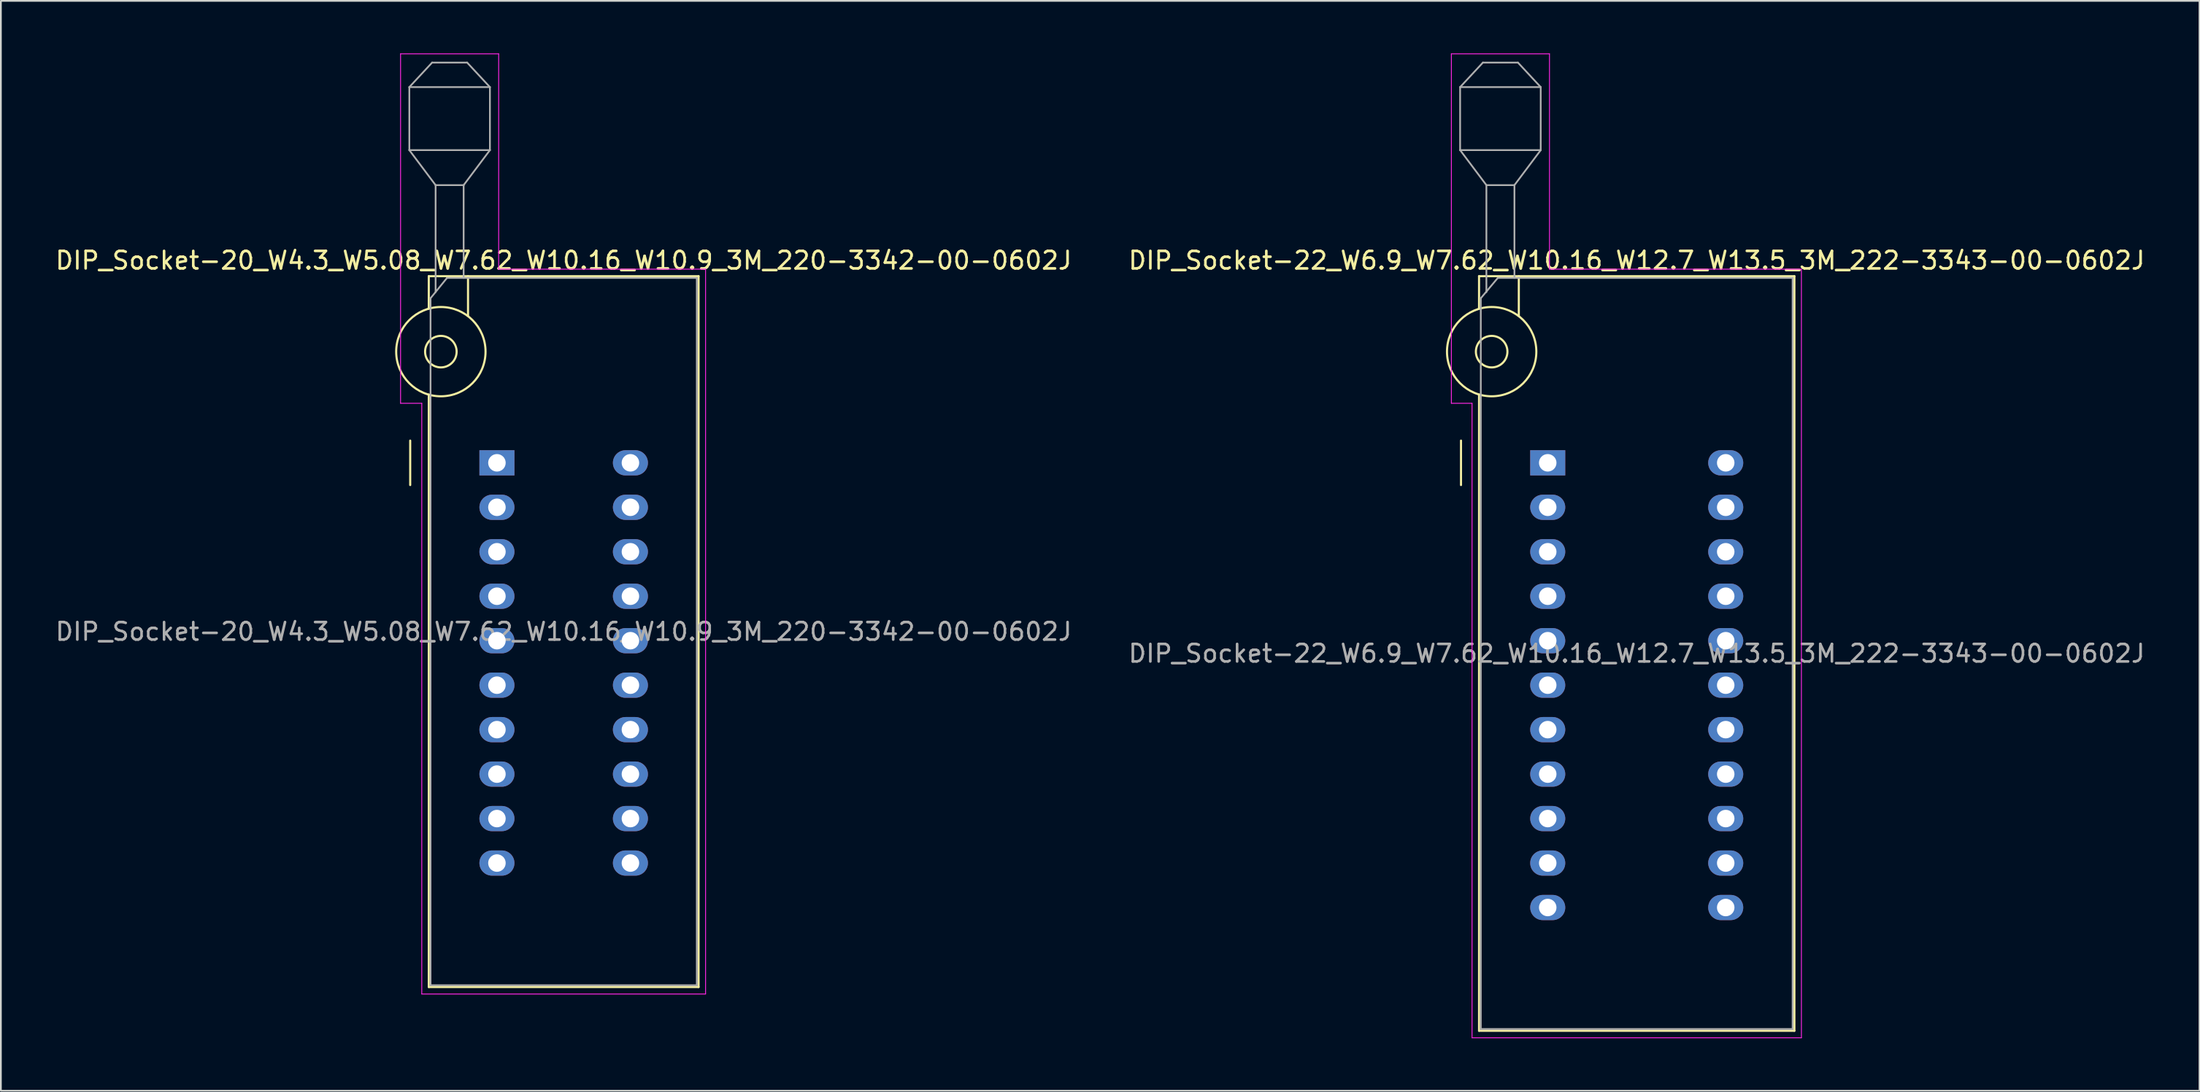
<source format=kicad_pcb>
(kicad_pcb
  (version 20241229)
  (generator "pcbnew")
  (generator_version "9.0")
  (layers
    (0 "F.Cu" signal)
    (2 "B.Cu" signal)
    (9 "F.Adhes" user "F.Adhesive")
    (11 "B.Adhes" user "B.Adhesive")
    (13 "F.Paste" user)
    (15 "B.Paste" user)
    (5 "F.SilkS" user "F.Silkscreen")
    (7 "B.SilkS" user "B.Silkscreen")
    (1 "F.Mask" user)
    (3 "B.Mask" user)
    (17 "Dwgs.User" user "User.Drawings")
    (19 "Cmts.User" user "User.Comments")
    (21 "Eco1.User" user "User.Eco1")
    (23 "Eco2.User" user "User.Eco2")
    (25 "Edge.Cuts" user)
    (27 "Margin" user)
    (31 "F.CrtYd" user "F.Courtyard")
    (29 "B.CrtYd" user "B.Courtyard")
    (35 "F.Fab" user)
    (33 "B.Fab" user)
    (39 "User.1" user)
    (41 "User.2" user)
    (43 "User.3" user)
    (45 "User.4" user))
  (footprint "DIP_Socket-22_W6.9_W7.62_W10.16_W12.7_W13.5_3M_222-3343-00-0602J"
    (layer "F.Cu")
    (at 85.295 23.385)
    (property "Reference" "DIP_Socket-22_W6.9_W7.62_W10.16_W12.7_W13.5_3M_222-3343-00-0602J" (at 5.08 -11.56 0) (layer "F.SilkS") (effects (font (size 1 1) (thickness 0.15))))
    (attr through_hole)
    (fp_line (start -4.95 1.27) (end -4.95 -1.27) (stroke (width 0.12) (type solid)) (layer "F.SilkS"))
    (fp_line (start -3.92 -10.66) (end -3.92 -8.8) (stroke (width 0.12) (type solid)) (layer "F.SilkS"))
    (fp_line (start -3.92 -3.9) (end -3.92 32.44) (stroke (width 0.12) (type solid)) (layer "F.SilkS"))
    (fp_line (start -3.92 32.44) (end 14.08 32.44) (stroke (width 0.12) (type solid)) (layer "F.SilkS"))
    (fp_line (start -1.65 -10.66) (end -1.65 -8.4) (stroke (width 0.12) (type solid)) (layer "F.SilkS"))
    (fp_line (start 14.08 -10.66) (end -3.92 -10.66) (stroke (width 0.12) (type solid)) (layer "F.SilkS"))
    (fp_line (start 14.08 32.44) (end 14.08 -10.66) (stroke (width 0.12) (type solid)) (layer "F.SilkS"))
    (fp_circle (center -3.2 -6.35) (end -2.3 -6.35) (stroke (width 0.12) (type solid)) (fill no) (layer "F.SilkS"))
    (fp_circle (center -3.2 -6.35) (end -0.65 -6.35) (stroke (width 0.12) (type solid)) (fill no) (layer "F.SilkS"))
    (fp_line (start -5.5 -23.36) (end 0.1 -23.36) (stroke (width 0.05) (type solid)) (layer "F.CrtYd"))
    (fp_line (start -5.5 -3.4) (end -5.5 -23.36) (stroke (width 0.05) (type solid)) (layer "F.CrtYd"))
    (fp_line (start -4.32 -3.4) (end -5.5 -3.4) (stroke (width 0.05) (type solid)) (layer "F.CrtYd"))
    (fp_line (start -4.32 32.84) (end -4.32 -3.4) (stroke (width 0.05) (type solid)) (layer "F.CrtYd"))
    (fp_line (start 0.1 -23.36) (end 0.1 -11.06) (stroke (width 0.05) (type solid)) (layer "F.CrtYd"))
    (fp_line (start 0.1 -11.06) (end 14.48 -11.06) (stroke (width 0.05) (type solid)) (layer "F.CrtYd"))
    (fp_line (start 14.48 -11.06) (end 14.48 32.84) (stroke (width 0.05) (type solid)) (layer "F.CrtYd"))
    (fp_line (start 14.48 32.84) (end -4.32 32.84) (stroke (width 0.05) (type solid)) (layer "F.CrtYd"))
    (fp_line (start -5 -21.46) (end -5 -17.86) (stroke (width 0.1) (type solid)) (layer "F.Fab"))
    (fp_line (start -5 -21.46) (end -3.7 -22.86) (stroke (width 0.1) (type solid)) (layer "F.Fab"))
    (fp_line (start -5 -17.86) (end -3.5 -15.86) (stroke (width 0.1) (type solid)) (layer "F.Fab"))
    (fp_line (start -5 -17.86) (end -0.4 -17.86) (stroke (width 0.1) (type solid)) (layer "F.Fab"))
    (fp_line (start -3.82 -9.4) (end -2.85 -10.56) (stroke (width 0.1) (type solid)) (layer "F.Fab"))
    (fp_line (start -3.82 32.34) (end -3.82 -9.4) (stroke (width 0.1) (type solid)) (layer "F.Fab"))
    (fp_line (start -3.7 -22.86) (end -1.7 -22.86) (stroke (width 0.1) (type solid)) (layer "F.Fab"))
    (fp_line (start -3.5 -15.86) (end -1.9 -15.86) (stroke (width 0.1) (type solid)) (layer "F.Fab"))
    (fp_line (start -3.5 -9.75) (end -3.5 -15.86) (stroke (width 0.1) (type solid)) (layer "F.Fab"))
    (fp_line (start -2.85 -10.56) (end 13.98 -10.56) (stroke (width 0.1) (type solid)) (layer "F.Fab"))
    (fp_line (start -1.9 -15.86) (end -1.9 -10.56) (stroke (width 0.1) (type solid)) (layer "F.Fab"))
    (fp_line (start -1.7 -22.86) (end -0.4 -21.46) (stroke (width 0.1) (type solid)) (layer "F.Fab"))
    (fp_line (start -0.4 -21.46) (end -5 -21.46) (stroke (width 0.1) (type solid)) (layer "F.Fab"))
    (fp_line (start -0.4 -17.86) (end -1.9 -15.86) (stroke (width 0.1) (type solid)) (layer "F.Fab"))
    (fp_line (start -0.4 -17.86) (end -0.4 -21.46) (stroke (width 0.1) (type solid)) (layer "F.Fab"))
    (fp_line (start 13.98 -10.56) (end 13.98 32.34) (stroke (width 0.1) (type solid)) (layer "F.Fab"))
    (fp_line (start 13.98 32.34) (end -3.82 32.34) (stroke (width 0.1) (type solid)) (layer "F.Fab"))
    (fp_text user "${REFERENCE}" (at 5.08 10.89 0) (layer "F.Fab") (effects (font (size 1 1) (thickness 0.15))))
    (pad "1" thru_hole rect (at 0 0) (size 2 1.44) (drill 1) (layers "*.Cu" "*.Mask"))
    (pad "2" thru_hole oval (at 0 2.54) (size 2 1.44) (drill 1) (layers "*.Cu" "*.Mask"))
    (pad "3" thru_hole oval (at 0 5.08) (size 2 1.44) (drill 1) (layers "*.Cu" "*.Mask"))
    (pad "4" thru_hole oval (at 0 7.62) (size 2 1.44) (drill 1) (layers "*.Cu" "*.Mask"))
    (pad "5" thru_hole oval (at 0 10.16) (size 2 1.44) (drill 1) (layers "*.Cu" "*.Mask"))
    (pad "6" thru_hole oval (at 0 12.7) (size 2 1.44) (drill 1) (layers "*.Cu" "*.Mask"))
    (pad "7" thru_hole oval (at 0 15.24) (size 2 1.44) (drill 1) (layers "*.Cu" "*.Mask"))
    (pad "8" thru_hole oval (at 0 17.78) (size 2 1.44) (drill 1) (layers "*.Cu" "*.Mask"))
    (pad "9" thru_hole oval (at 0 20.32) (size 2 1.44) (drill 1) (layers "*.Cu" "*.Mask"))
    (pad "10" thru_hole oval (at 0 22.86) (size 2 1.44) (drill 1) (layers "*.Cu" "*.Mask"))
    (pad "11" thru_hole oval (at 0 25.4) (size 2 1.44) (drill 1) (layers "*.Cu" "*.Mask"))
    (pad "12" thru_hole oval (at 10.16 25.4) (size 2 1.44) (drill 1) (layers "*.Cu" "*.Mask"))
    (pad "13" thru_hole oval (at 10.16 22.86) (size 2 1.44) (drill 1) (layers "*.Cu" "*.Mask"))
    (pad "14" thru_hole oval (at 10.16 20.32) (size 2 1.44) (drill 1) (layers "*.Cu" "*.Mask"))
    (pad "15" thru_hole oval (at 10.16 17.78) (size 2 1.44) (drill 1) (layers "*.Cu" "*.Mask"))
    (pad "16" thru_hole oval (at 10.16 15.24) (size 2 1.44) (drill 1) (layers "*.Cu" "*.Mask"))
    (pad "17" thru_hole oval (at 10.16 12.7) (size 2 1.44) (drill 1) (layers "*.Cu" "*.Mask"))
    (pad "18" thru_hole oval (at 10.16 10.16) (size 2 1.44) (drill 1) (layers "*.Cu" "*.Mask"))
    (pad "19" thru_hole oval (at 10.16 7.62) (size 2 1.44) (drill 1) (layers "*.Cu" "*.Mask"))
    (pad "20" thru_hole oval (at 10.16 5.08) (size 2 1.44) (drill 1) (layers "*.Cu" "*.Mask"))
    (pad "21" thru_hole oval (at 10.16 2.54) (size 2 1.44) (drill 1) (layers "*.Cu" "*.Mask"))
    (pad "22" thru_hole oval (at 10.16 0) (size 2 1.44) (drill 1) (layers "*.Cu" "*.Mask")))
  (footprint "DIP_Socket-20_W4.3_W5.08_W7.62_W10.16_W10.9_3M_220-3342-00-0602J"
    (layer "F.Cu")
    (at 25.315 23.385)
    (property "Reference" "DIP_Socket-20_W4.3_W5.08_W7.62_W10.16_W10.9_3M_220-3342-00-0602J" (at 3.81 -11.56 0) (layer "F.SilkS") (effects (font (size 1 1) (thickness 0.15))))
    (attr through_hole)
    (fp_line (start -4.95 1.27) (end -4.95 -1.27) (stroke (width 0.12) (type solid)) (layer "F.SilkS"))
    (fp_line (start -3.89 -10.66) (end -3.89 -8.8) (stroke (width 0.12) (type solid)) (layer "F.SilkS"))
    (fp_line (start -3.89 -3.9) (end -3.89 29.94) (stroke (width 0.12) (type solid)) (layer "F.SilkS"))
    (fp_line (start -3.89 29.94) (end 11.51 29.94) (stroke (width 0.12) (type solid)) (layer "F.SilkS"))
    (fp_line (start -1.65 -10.66) (end -1.65 -8.4) (stroke (width 0.12) (type solid)) (layer "F.SilkS"))
    (fp_line (start 11.51 -10.66) (end -3.89 -10.66) (stroke (width 0.12) (type solid)) (layer "F.SilkS"))
    (fp_line (start 11.51 29.94) (end 11.51 -10.66) (stroke (width 0.12) (type solid)) (layer "F.SilkS"))
    (fp_circle (center -3.2 -6.35) (end -2.3 -6.35) (stroke (width 0.12) (type solid)) (fill no) (layer "F.SilkS"))
    (fp_circle (center -3.2 -6.35) (end -0.65 -6.35) (stroke (width 0.12) (type solid)) (fill no) (layer "F.SilkS"))
    (fp_line (start -5.5 -23.36) (end 0.1 -23.36) (stroke (width 0.05) (type solid)) (layer "F.CrtYd"))
    (fp_line (start -5.5 -3.4) (end -5.5 -23.36) (stroke (width 0.05) (type solid)) (layer "F.CrtYd"))
    (fp_line (start -4.29 -3.4) (end -5.5 -3.4) (stroke (width 0.05) (type solid)) (layer "F.CrtYd"))
    (fp_line (start -4.29 30.34) (end -4.29 -3.4) (stroke (width 0.05) (type solid)) (layer "F.CrtYd"))
    (fp_line (start 0.1 -23.36) (end 0.1 -11.06) (stroke (width 0.05) (type solid)) (layer "F.CrtYd"))
    (fp_line (start 0.1 -11.06) (end 11.91 -11.06) (stroke (width 0.05) (type solid)) (layer "F.CrtYd"))
    (fp_line (start 11.91 -11.06) (end 11.91 30.34) (stroke (width 0.05) (type solid)) (layer "F.CrtYd"))
    (fp_line (start 11.91 30.34) (end -4.29 30.34) (stroke (width 0.05) (type solid)) (layer "F.CrtYd"))
    (fp_line (start -5 -21.46) (end -5 -17.86) (stroke (width 0.1) (type solid)) (layer "F.Fab"))
    (fp_line (start -5 -21.46) (end -3.7 -22.86) (stroke (width 0.1) (type solid)) (layer "F.Fab"))
    (fp_line (start -5 -17.86) (end -3.5 -15.86) (stroke (width 0.1) (type solid)) (layer "F.Fab"))
    (fp_line (start -5 -17.86) (end -0.4 -17.86) (stroke (width 0.1) (type solid)) (layer "F.Fab"))
    (fp_line (start -3.79 -9.4) (end -2.85 -10.56) (stroke (width 0.1) (type solid)) (layer "F.Fab"))
    (fp_line (start -3.79 29.84) (end -3.79 -9.4) (stroke (width 0.1) (type solid)) (layer "F.Fab"))
    (fp_line (start -3.7 -22.86) (end -1.7 -22.86) (stroke (width 0.1) (type solid)) (layer "F.Fab"))
    (fp_line (start -3.5 -15.86) (end -1.9 -15.86) (stroke (width 0.1) (type solid)) (layer "F.Fab"))
    (fp_line (start -3.5 -9.75) (end -3.5 -15.86) (stroke (width 0.1) (type solid)) (layer "F.Fab"))
    (fp_line (start -2.85 -10.56) (end 11.41 -10.56) (stroke (width 0.1) (type solid)) (layer "F.Fab"))
    (fp_line (start -1.9 -15.86) (end -1.9 -10.56) (stroke (width 0.1) (type solid)) (layer "F.Fab"))
    (fp_line (start -1.7 -22.86) (end -0.4 -21.46) (stroke (width 0.1) (type solid)) (layer "F.Fab"))
    (fp_line (start -0.4 -21.46) (end -5 -21.46) (stroke (width 0.1) (type solid)) (layer "F.Fab"))
    (fp_line (start -0.4 -17.86) (end -1.9 -15.86) (stroke (width 0.1) (type solid)) (layer "F.Fab"))
    (fp_line (start -0.4 -17.86) (end -0.4 -21.46) (stroke (width 0.1) (type solid)) (layer "F.Fab"))
    (fp_line (start 11.41 -10.56) (end 11.41 29.84) (stroke (width 0.1) (type solid)) (layer "F.Fab"))
    (fp_line (start 11.41 29.84) (end -3.79 29.84) (stroke (width 0.1) (type solid)) (layer "F.Fab"))
    (fp_text user "${REFERENCE}" (at 3.81 9.64 0) (layer "F.Fab") (effects (font (size 1 1) (thickness 0.15))))
    (pad "1" thru_hole rect (at 0 0) (size 2 1.44) (drill 1) (layers "*.Cu" "*.Mask"))
    (pad "2" thru_hole oval (at 0 2.54) (size 2 1.44) (drill 1) (layers "*.Cu" "*.Mask"))
    (pad "3" thru_hole oval (at 0 5.08) (size 2 1.44) (drill 1) (layers "*.Cu" "*.Mask"))
    (pad "4" thru_hole oval (at 0 7.62) (size 2 1.44) (drill 1) (layers "*.Cu" "*.Mask"))
    (pad "5" thru_hole oval (at 0 10.16) (size 2 1.44) (drill 1) (layers "*.Cu" "*.Mask"))
    (pad "6" thru_hole oval (at 0 12.7) (size 2 1.44) (drill 1) (layers "*.Cu" "*.Mask"))
    (pad "7" thru_hole oval (at 0 15.24) (size 2 1.44) (drill 1) (layers "*.Cu" "*.Mask"))
    (pad "8" thru_hole oval (at 0 17.78) (size 2 1.44) (drill 1) (layers "*.Cu" "*.Mask"))
    (pad "9" thru_hole oval (at 0 20.32) (size 2 1.44) (drill 1) (layers "*.Cu" "*.Mask"))
    (pad "10" thru_hole oval (at 0 22.86) (size 2 1.44) (drill 1) (layers "*.Cu" "*.Mask"))
    (pad "11" thru_hole oval (at 7.62 22.86) (size 2 1.44) (drill 1) (layers "*.Cu" "*.Mask"))
    (pad "12" thru_hole oval (at 7.62 20.32) (size 2 1.44) (drill 1) (layers "*.Cu" "*.Mask"))
    (pad "13" thru_hole oval (at 7.62 17.78) (size 2 1.44) (drill 1) (layers "*.Cu" "*.Mask"))
    (pad "14" thru_hole oval (at 7.62 15.24) (size 2 1.44) (drill 1) (layers "*.Cu" "*.Mask"))
    (pad "15" thru_hole oval (at 7.62 12.7) (size 2 1.44) (drill 1) (layers "*.Cu" "*.Mask"))
    (pad "16" thru_hole oval (at 7.62 10.16) (size 2 1.44) (drill 1) (layers "*.Cu" "*.Mask"))
    (pad "17" thru_hole oval (at 7.62 7.62) (size 2 1.44) (drill 1) (layers "*.Cu" "*.Mask"))
    (pad "18" thru_hole oval (at 7.62 5.08) (size 2 1.44) (drill 1) (layers "*.Cu" "*.Mask"))
    (pad "19" thru_hole oval (at 7.62 2.54) (size 2 1.44) (drill 1) (layers "*.Cu" "*.Mask"))
    (pad "20" thru_hole oval (at 7.62 0) (size 2 1.44) (drill 1) (layers "*.Cu" "*.Mask")))
  (gr_rect
    (start -3 -3)
    (end 122.5 59.25)
    (stroke (width 0.1) (type default))
    (fill no)
    (layer "Edge.Cuts")))
</source>
